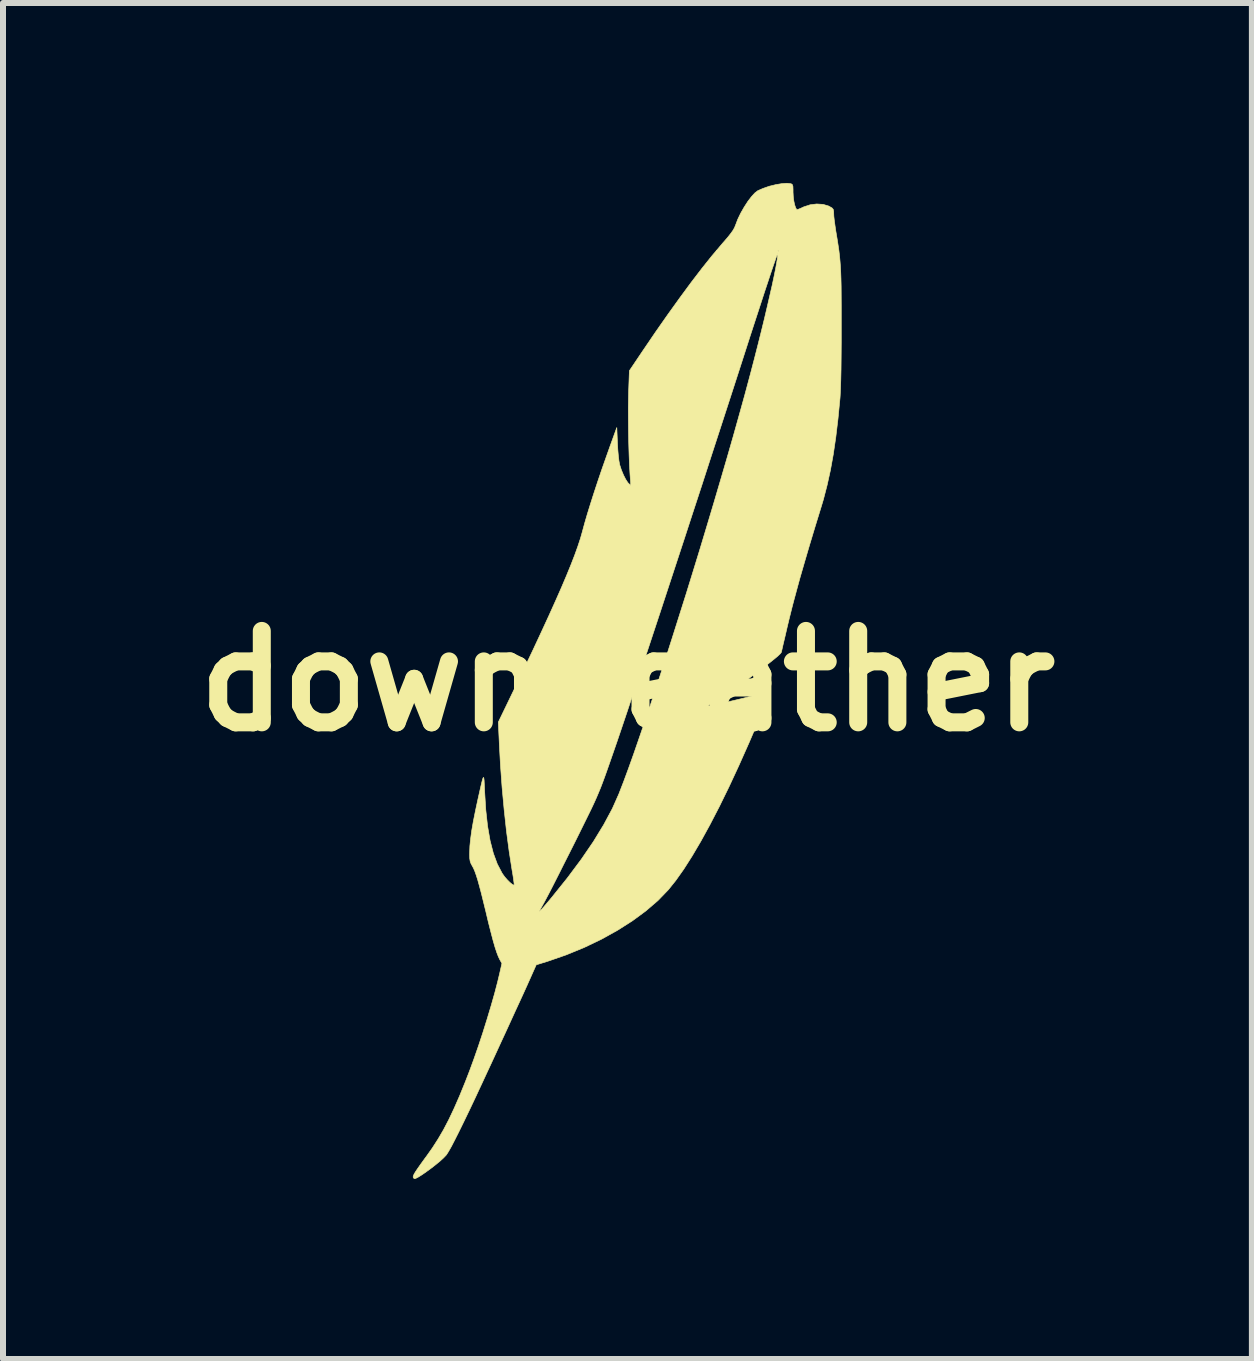
<source format=kicad_pcb>
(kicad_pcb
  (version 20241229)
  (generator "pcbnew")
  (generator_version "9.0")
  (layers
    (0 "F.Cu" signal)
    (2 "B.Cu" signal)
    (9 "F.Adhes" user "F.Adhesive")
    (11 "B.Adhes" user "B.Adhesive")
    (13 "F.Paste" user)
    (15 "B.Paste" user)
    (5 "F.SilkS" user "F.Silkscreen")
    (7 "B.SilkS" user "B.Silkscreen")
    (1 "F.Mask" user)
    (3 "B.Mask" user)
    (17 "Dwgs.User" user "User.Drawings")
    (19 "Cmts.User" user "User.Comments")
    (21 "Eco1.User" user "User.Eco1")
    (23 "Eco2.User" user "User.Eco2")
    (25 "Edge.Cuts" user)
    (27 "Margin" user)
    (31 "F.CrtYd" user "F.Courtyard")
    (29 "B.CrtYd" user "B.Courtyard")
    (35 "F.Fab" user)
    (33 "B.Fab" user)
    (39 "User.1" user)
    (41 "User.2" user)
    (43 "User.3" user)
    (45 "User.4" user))
  (footprint "downFeather"
    (layer "F.Cu")
    (at 7.41 8.302)
    (property "Reference" "downFeather" (at 0 0 0) (layer "F.SilkS") (effects (font (size 1.524 1.524) (thickness 0.3))))
    (attr through_hole)
    (fp_poly (pts (xy 2.716 -8.291) (xy 2.738 -8.284) (xy 2.751 -8.27) (xy 2.758 -8.244) (xy 2.76 -8.196) (xy 2.76 -8.148) (xy 2.764 -8.075) (xy 2.773 -8.002) (xy 2.787 -7.937) (xy 2.804 -7.887) (xy 2.821 -7.86) (xy 2.827 -7.857) (xy 2.849 -7.864) (xy 2.891 -7.881) (xy 2.94 -7.904) (xy 3.044 -7.938) (xy 3.154 -7.952) (xy 3.261 -7.945) (xy 3.355 -7.917) (xy 3.365 -7.911) (xy 3.409 -7.886) (xy 3.43 -7.862) (xy 3.437 -7.827) (xy 3.438 -7.793) (xy 3.44 -7.747) (xy 3.448 -7.677) (xy 3.46 -7.59) (xy 3.474 -7.495) (xy 3.479 -7.466) (xy 3.497 -7.358) (xy 3.512 -7.261) (xy 3.525 -7.172) (xy 3.535 -7.087) (xy 3.543 -7.001) (xy 3.55 -6.911) (xy 3.555 -6.813) (xy 3.559 -6.703) (xy 3.562 -6.577) (xy 3.563 -6.432) (xy 3.564 -6.264) (xy 3.564 -6.068) (xy 3.564 -5.91) (xy 3.564 -5.641) (xy 3.562 -5.403) (xy 3.56 -5.195) (xy 3.556 -5.019) (xy 3.551 -4.874) (xy 3.546 -4.763) (xy 3.543 -4.716) (xy 3.51 -4.376) (xy 3.473 -4.065) (xy 3.431 -3.779) (xy 3.383 -3.513) (xy 3.328 -3.264) (xy 3.266 -3.025) (xy 3.222 -2.879) (xy 3.124 -2.561) (xy 3.033 -2.259) (xy 2.95 -1.976) (xy 2.875 -1.717) (xy 2.812 -1.486) (xy 2.809 -1.474) (xy 2.777 -1.356) (xy 2.748 -1.246) (xy 2.721 -1.138) (xy 2.693 -1.026) (xy 2.664 -0.905) (xy 2.632 -0.766) (xy 2.594 -0.606) (xy 2.565 -0.478) (xy 2.548 -0.456) (xy 2.508 -0.417) (xy 2.446 -0.365) (xy 2.367 -0.302) (xy 2.273 -0.229) (xy 2.17 -0.151) (xy 2.059 -0.069) (xy 1.946 0.013) (xy 1.832 0.095) (xy 1.722 0.171) (xy 1.619 0.241) (xy 1.527 0.302) (xy 1.449 0.35) (xy 1.41 0.373) (xy 1.369 0.397) (xy 1.346 0.413) (xy 1.343 0.417) (xy 1.361 0.416) (xy 1.407 0.408) (xy 1.476 0.393) (xy 1.562 0.374) (xy 1.661 0.351) (xy 1.768 0.326) (xy 1.877 0.3) (xy 1.984 0.274) (xy 2.084 0.248) (xy 2.124 0.238) (xy 2.211 0.215) (xy 2.286 0.196) (xy 2.343 0.182) (xy 2.376 0.175) (xy 2.382 0.175) (xy 2.377 0.191) (xy 2.36 0.234) (xy 2.333 0.301) (xy 2.298 0.387) (xy 2.256 0.489) (xy 2.209 0.603) (xy 2.195 0.636) (xy 2.024 1.035) (xy 1.856 1.412) (xy 1.692 1.765) (xy 1.531 2.094) (xy 1.374 2.397) (xy 1.223 2.672) (xy 1.077 2.92) (xy 0.938 3.138) (xy 0.805 3.326) (xy 0.68 3.482) (xy 0.678 3.484) (xy 0.508 3.66) (xy 0.308 3.832) (xy 0.081 3.999) (xy -0.169 4.158) (xy -0.438 4.307) (xy -0.722 4.443) (xy -1.019 4.565) (xy -1.324 4.671) (xy -1.34 4.676) (xy -1.521 4.732) (xy -1.593 4.893) (xy -1.628 4.972) (xy -1.675 5.077) (xy -1.733 5.205) (xy -1.8 5.351) (xy -1.874 5.511) (xy -1.952 5.682) (xy -2.033 5.859) (xy -2.116 6.038) (xy -2.197 6.215) (xy -2.276 6.386) (xy -2.351 6.547) (xy -2.419 6.694) (xy -2.479 6.822) (xy -2.527 6.926) (xy -2.635 7.154) (xy -2.73 7.351) (xy -2.812 7.518) (xy -2.881 7.655) (xy -2.937 7.763) (xy -2.982 7.842) (xy -3.014 7.893) (xy -3.023 7.905) (xy -3.066 7.95) (xy -3.126 8.005) (xy -3.198 8.064) (xy -3.275 8.124) (xy -3.353 8.181) (xy -3.425 8.231) (xy -3.487 8.27) (xy -3.532 8.293) (xy -3.55 8.297) (xy -3.569 8.283) (xy -3.573 8.267) (xy -3.569 8.248) (xy -3.557 8.22) (xy -3.533 8.18) (xy -3.496 8.125) (xy -3.444 8.051) (xy -3.374 7.954) (xy -3.352 7.925) (xy -3.251 7.782) (xy -3.156 7.634) (xy -3.065 7.478) (xy -2.977 7.309) (xy -2.889 7.123) (xy -2.798 6.915) (xy -2.703 6.682) (xy -2.633 6.501) (xy -2.56 6.302) (xy -2.485 6.087) (xy -2.411 5.863) (xy -2.34 5.636) (xy -2.273 5.413) (xy -2.213 5.202) (xy -2.163 5.01) (xy -2.132 4.881) (xy -2.093 4.708) (xy -2.129 4.644) (xy -2.153 4.594) (xy -2.179 4.526) (xy -2.208 4.438) (xy -2.24 4.327) (xy -2.276 4.19) (xy -2.318 4.025) (xy -2.355 3.869) (xy -2.362 3.839) (xy -1.467 3.839) (xy -1.467 3.844) (xy -1.454 3.831) (xy -1.423 3.797) (xy -1.378 3.745) (xy -1.322 3.679) (xy -1.265 3.611) (xy -1.003 3.285) (xy -0.77 2.973) (xy -0.567 2.676) (xy -0.395 2.394) (xy -0.252 2.127) (xy -0.14 1.875) (xy -0.139 1.871) (xy -0.066 1.683) (xy 0.015 1.464) (xy 0.103 1.218) (xy 0.197 0.946) (xy 0.298 0.652) (xy 0.403 0.338) (xy 0.512 0.007) (xy 0.625 -0.34) (xy 0.74 -0.699) (xy 0.857 -1.069) (xy 0.976 -1.445) (xy 1.094 -1.827) (xy 1.212 -2.211) (xy 1.328 -2.596) (xy 1.442 -2.977) (xy 1.553 -3.354) (xy 1.661 -3.723) (xy 1.764 -4.082) (xy 1.861 -4.428) (xy 1.953 -4.759) (xy 1.996 -4.919) (xy 2.058 -5.151) (xy 2.118 -5.381) (xy 2.176 -5.608) (xy 2.231 -5.828) (xy 2.283 -6.04) (xy 2.33 -6.24) (xy 2.373 -6.427) (xy 2.412 -6.597) (xy 2.444 -6.748) (xy 2.47 -6.877) (xy 2.489 -6.983) (xy 2.501 -7.062) (xy 2.504 -7.112) (xy 2.503 -7.123) (xy 2.497 -7.112) (xy 2.482 -7.07) (xy 2.458 -7.001) (xy 2.425 -6.906) (xy 2.385 -6.788) (xy 2.339 -6.648) (xy 2.286 -6.489) (xy 2.229 -6.314) (xy 2.167 -6.124) (xy 2.101 -5.922) (xy 2.032 -5.71) (xy 2.028 -5.697) (xy 1.867 -5.197) (xy 1.707 -4.703) (xy 1.549 -4.217) (xy 1.394 -3.741) (xy 1.243 -3.274) (xy 1.094 -2.82) (xy 0.95 -2.378) (xy 0.81 -1.952) (xy 0.675 -1.541) (xy 0.546 -1.148) (xy 0.422 -0.773) (xy 0.305 -0.419) (xy 0.194 -0.086) (xy 0.09 0.224) (xy -0.005 0.51) (xy -0.093 0.771) (xy -0.172 1.004) (xy -0.243 1.209) (xy -0.304 1.384) (xy -0.347 1.507) (xy -0.383 1.607) (xy -0.416 1.696) (xy -0.448 1.78) (xy -0.482 1.862) (xy -0.518 1.947) (xy -0.559 2.038) (xy -0.607 2.14) (xy -0.664 2.256) (xy -0.731 2.392) (xy -0.81 2.552) (xy -0.867 2.667) (xy -0.97 2.872) (xy -1.059 3.048) (xy -1.135 3.2) (xy -1.201 3.33) (xy -1.257 3.44) (xy -1.305 3.533) (xy -1.346 3.611) (xy -1.382 3.679) (xy -1.414 3.737) (xy -1.434 3.772) (xy -1.456 3.813) (xy -1.467 3.839) (xy -2.362 3.839) (xy -2.399 3.689) (xy -2.436 3.539) (xy -2.469 3.415) (xy -2.497 3.314) (xy -2.523 3.233) (xy -2.546 3.169) (xy -2.568 3.118) (xy -2.588 3.082) (xy -2.61 3.041) (xy -2.623 3.003) (xy -2.63 2.957) (xy -2.632 2.893) (xy -2.631 2.853) (xy -2.627 2.749) (xy -2.615 2.632) (xy -2.597 2.498) (xy -2.57 2.343) (xy -2.534 2.163) (xy -2.497 1.99) (xy -2.466 1.852) (xy -2.442 1.746) (xy -2.424 1.671) (xy -2.411 1.625) (xy -2.402 1.607) (xy -2.395 1.617) (xy -2.39 1.652) (xy -2.387 1.713) (xy -2.383 1.796) (xy -2.381 1.846) (xy -2.362 2.149) (xy -2.332 2.421) (xy -2.29 2.662) (xy -2.236 2.872) (xy -2.17 3.051) (xy -2.092 3.2) (xy -2.084 3.213) (xy -2.047 3.265) (xy -2.003 3.315) (xy -1.959 3.359) (xy -1.921 3.39) (xy -1.895 3.403) (xy -1.889 3.402) (xy -1.889 3.383) (xy -1.895 3.338) (xy -1.904 3.272) (xy -1.917 3.19) (xy -1.923 3.158) (xy -1.972 2.843) (xy -2.017 2.503) (xy -2.056 2.144) (xy -2.09 1.776) (xy -2.117 1.404) (xy -2.134 1.092) (xy -2.153 0.686) (xy -1.891 0.144) (xy -1.724 -0.205) (xy -1.571 -0.526) (xy -1.434 -0.82) (xy -1.31 -1.089) (xy -1.2 -1.333) (xy -1.102 -1.555) (xy -1.017 -1.755) (xy -0.943 -1.936) (xy -0.88 -2.098) (xy -0.828 -2.243) (xy -0.785 -2.373) (xy -0.752 -2.489) (xy -0.744 -2.519) (xy -0.712 -2.636) (xy -0.67 -2.78) (xy -0.619 -2.945) (xy -0.561 -3.127) (xy -0.497 -3.321) (xy -0.429 -3.522) (xy -0.358 -3.724) (xy -0.287 -3.924) (xy -0.285 -3.929) (xy -0.178 -4.225) (xy -0.167 -3.962) (xy -0.161 -3.854) (xy -0.152 -3.753) (xy -0.142 -3.669) (xy -0.131 -3.61) (xy -0.13 -3.605) (xy -0.102 -3.519) (xy -0.067 -3.435) (xy -0.03 -3.362) (xy 0.005 -3.308) (xy 0.021 -3.291) (xy 0.056 -3.26) (xy 0.043 -3.437) (xy 0.034 -3.592) (xy 0.027 -3.77) (xy 0.021 -3.964) (xy 0.017 -4.164) (xy 0.015 -4.363) (xy 0.014 -4.551) (xy 0.017 -4.72) (xy 0.019 -4.817) (xy 0.032 -5.172) (xy 0.266 -5.52) (xy 0.473 -5.824) (xy 0.676 -6.114) (xy 0.873 -6.388) (xy 1.061 -6.643) (xy 1.24 -6.877) (xy 1.407 -7.086) (xy 1.479 -7.171) (xy 2.506 -7.171) (xy 2.515 -7.163) (xy 2.523 -7.171) (xy 2.515 -7.18) (xy 2.506 -7.171) (xy 1.479 -7.171) (xy 1.561 -7.268) (xy 1.587 -7.299) (xy 1.663 -7.386) (xy 1.718 -7.455) (xy 1.757 -7.509) (xy 1.784 -7.556) (xy 1.801 -7.599) (xy 1.803 -7.603) (xy 1.839 -7.698) (xy 1.888 -7.799) (xy 1.945 -7.899) (xy 2.006 -7.994) (xy 2.068 -8.075) (xy 2.125 -8.137) (xy 2.172 -8.173) (xy 2.264 -8.213) (xy 2.366 -8.248) (xy 2.472 -8.274) (xy 2.573 -8.291) (xy 2.659 -8.297) (xy 2.716 -8.291)) (stroke (width 0.01) (type solid)) (fill yes) (layer "F.SilkS")))
  (gr_rect
    (start -3 -3)
    (end 17.819 19.604)
    (stroke (width 0.1) (type default))
    (fill no)
    (layer "Edge.Cuts")))
</source>
